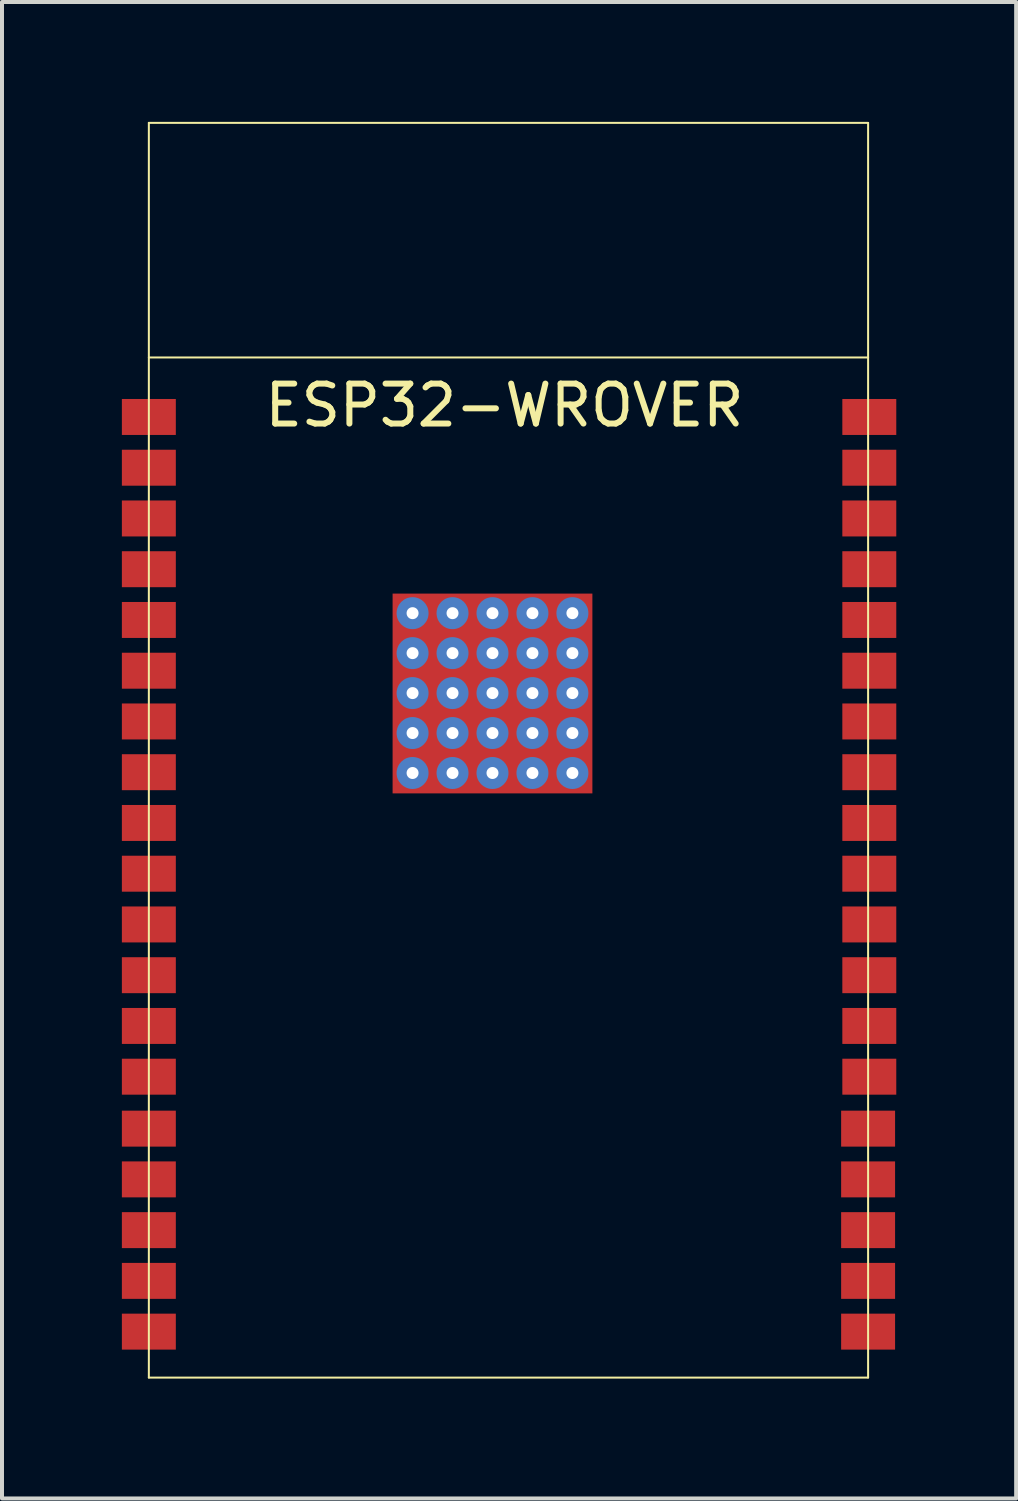
<source format=kicad_pcb>
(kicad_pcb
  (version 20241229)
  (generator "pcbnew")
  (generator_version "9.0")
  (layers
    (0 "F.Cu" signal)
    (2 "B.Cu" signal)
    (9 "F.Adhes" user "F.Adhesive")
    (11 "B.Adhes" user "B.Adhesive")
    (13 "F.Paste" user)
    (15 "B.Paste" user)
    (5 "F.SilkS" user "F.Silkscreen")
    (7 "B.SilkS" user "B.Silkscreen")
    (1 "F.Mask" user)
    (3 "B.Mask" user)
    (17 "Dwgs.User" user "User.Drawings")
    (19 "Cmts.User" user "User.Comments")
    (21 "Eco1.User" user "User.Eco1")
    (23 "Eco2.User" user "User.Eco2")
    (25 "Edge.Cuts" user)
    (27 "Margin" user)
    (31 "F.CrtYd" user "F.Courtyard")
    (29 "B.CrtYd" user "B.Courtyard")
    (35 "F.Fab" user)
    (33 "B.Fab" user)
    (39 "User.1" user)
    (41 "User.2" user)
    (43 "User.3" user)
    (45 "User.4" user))
  (footprint "ESP32-WROVER"
    (layer "F.Cu")
    (at 9.675 19.425)
    (property "Reference" "ESP32-WROVER" (at -0.1 -12.33 0) (layer "F.SilkS") (effects (font (size 1 1) (thickness 0.15))))
    (attr smd)
    (fp_line (start -9 -19.4) (end 9 -19.4) (stroke (width 0.05) (type solid)) (layer "F.SilkS"))
    (fp_line (start -9 -13.53) (end 9 -13.53) (stroke (width 0.05) (type solid)) (layer "F.SilkS"))
    (fp_line (start -9 12) (end -9 -19.4) (stroke (width 0.05) (type solid)) (layer "F.SilkS"))
    (fp_line (start 9 -19.4) (end 9 12) (stroke (width 0.05) (type solid)) (layer "F.SilkS"))
    (fp_line (start 9 12) (end -9 12) (stroke (width 0.05) (type solid)) (layer "F.SilkS"))
    (pad "1" smd rect (at -9 -12.04) (size 1.35 0.9) (layers "F.Cu" "F.Mask" "F.Paste"))
    (pad "2" smd rect (at -9 -10.77) (size 1.35 0.9) (layers "F.Cu" "F.Mask" "F.Paste"))
    (pad "3" smd rect (at -9 -9.5) (size 1.35 0.9) (layers "F.Cu" "F.Mask" "F.Paste"))
    (pad "4" smd rect (at -9 -8.23) (size 1.35 0.9) (layers "F.Cu" "F.Mask" "F.Paste"))
    (pad "5" smd rect (at -9 -6.96) (size 1.35 0.9) (layers "F.Cu" "F.Mask" "F.Paste"))
    (pad "6" smd rect (at -9 -5.69) (size 1.35 0.9) (layers "F.Cu" "F.Mask" "F.Paste"))
    (pad "7" smd rect (at -9 -4.42) (size 1.35 0.9) (layers "F.Cu" "F.Mask" "F.Paste"))
    (pad "8" smd rect (at -9 -3.15) (size 1.35 0.9) (layers "F.Cu" "F.Mask" "F.Paste"))
    (pad "9" smd rect (at -9 -1.88) (size 1.35 0.9) (layers "F.Cu" "F.Mask" "F.Paste"))
    (pad "10" smd rect (at -9 -0.61) (size 1.35 0.9) (layers "F.Cu" "F.Mask" "F.Paste"))
    (pad "11" smd rect (at -9 0.66) (size 1.35 0.9) (layers "F.Cu" "F.Mask" "F.Paste"))
    (pad "12" smd rect (at -9 1.93) (size 1.35 0.9) (layers "F.Cu" "F.Mask" "F.Paste"))
    (pad "13" smd rect (at -9 3.2) (size 1.35 0.9) (layers "F.Cu" "F.Mask" "F.Paste"))
    (pad "14" smd rect (at -9 4.47) (size 1.35 0.9) (layers "F.Cu" "F.Mask" "F.Paste"))
    (pad "15" smd rect (at -9 5.77 90) (size 0.9 1.35) (layers "F.Cu" "F.Mask" "F.Paste"))
    (pad "16" smd rect (at -9 7.04 90) (size 0.9 1.35) (layers "F.Cu" "F.Mask" "F.Paste"))
    (pad "17" smd rect (at -9 8.31 90) (size 0.9 1.35) (layers "F.Cu" "F.Mask" "F.Paste"))
    (pad "18" smd rect (at -9 9.58 90) (size 0.9 1.35) (layers "F.Cu" "F.Mask" "F.Paste"))
    (pad "19" smd rect (at -9 10.85 90) (size 0.9 1.35) (layers "F.Cu" "F.Mask" "F.Paste"))
    (pad "20" smd rect (at 9 10.85 90) (size 0.9 1.35) (layers "F.Cu" "F.Mask" "F.Paste"))
    (pad "21" smd rect (at 9 9.58 90) (size 0.9 1.35) (layers "F.Cu" "F.Mask" "F.Paste"))
    (pad "22" smd rect (at 9 8.31 90) (size 0.9 1.35) (layers "F.Cu" "F.Mask" "F.Paste"))
    (pad "23" smd rect (at 9 7.04 90) (size 0.9 1.35) (layers "F.Cu" "F.Mask" "F.Paste"))
    (pad "24" smd rect (at 9 5.77 90) (size 0.9 1.35) (layers "F.Cu" "F.Mask" "F.Paste"))
    (pad "25" smd rect (at 9.03 4.47) (size 1.35 0.9) (layers "F.Cu" "F.Mask" "F.Paste"))
    (pad "26" smd rect (at 9.03 3.2) (size 1.35 0.9) (layers "F.Cu" "F.Mask" "F.Paste"))
    (pad "27" smd rect (at 9.03 1.93) (size 1.35 0.9) (layers "F.Cu" "F.Mask" "F.Paste"))
    (pad "28" smd rect (at 9.03 0.66) (size 1.35 0.9) (layers "F.Cu" "F.Mask" "F.Paste"))
    (pad "29" smd rect (at 9.03 -0.61) (size 1.35 0.9) (layers "F.Cu" "F.Mask" "F.Paste"))
    (pad "30" smd rect (at 9.03 -1.88) (size 1.35 0.9) (layers "F.Cu" "F.Mask" "F.Paste"))
    (pad "31" smd rect (at 9.03 -3.15) (size 1.35 0.9) (layers "F.Cu" "F.Mask" "F.Paste"))
    (pad "32" smd rect (at 9.03 -4.42) (size 1.35 0.9) (layers "F.Cu" "F.Mask" "F.Paste"))
    (pad "33" smd rect (at 9.03 -5.69) (size 1.35 0.9) (layers "F.Cu" "F.Mask" "F.Paste"))
    (pad "34" smd rect (at 9.03 -6.96) (size 1.35 0.9) (layers "F.Cu" "F.Mask" "F.Paste"))
    (pad "35" smd rect (at 9.03 -8.23) (size 1.35 0.9) (layers "F.Cu" "F.Mask" "F.Paste"))
    (pad "36" smd rect (at 9.03 -9.5) (size 1.35 0.9) (layers "F.Cu" "F.Mask" "F.Paste"))
    (pad "37" smd rect (at 9.03 -10.77) (size 1.35 0.9) (layers "F.Cu" "F.Mask" "F.Paste"))
    (pad "38" smd rect (at 9.03 -12.04) (size 1.35 0.9) (layers "F.Cu" "F.Mask" "F.Paste"))
    (pad "39" thru_hole circle (at -2.4 -7.13) (size 0.8 0.8) (drill 0.3) (layers "*.Cu" "*.Mask"))
    (pad "39" thru_hole circle (at -2.4 -6.13) (size 0.8 0.8) (drill 0.3) (layers "*.Cu" "*.Mask"))
    (pad "39" thru_hole circle (at -2.4 -5.13) (size 0.8 0.8) (drill 0.3) (layers "*.Cu" "*.Mask"))
    (pad "39" thru_hole circle (at -2.4 -4.13) (size 0.8 0.8) (drill 0.3) (layers "*.Cu" "*.Mask"))
    (pad "39" thru_hole circle (at -2.4 -3.13) (size 0.8 0.8) (drill 0.3) (layers "*.Cu" "*.Mask"))
    (pad "39" thru_hole circle (at -1.4 -7.13) (size 0.8 0.8) (drill 0.3) (layers "*.Cu" "*.Mask"))
    (pad "39" thru_hole circle (at -1.4 -6.13) (size 0.8 0.8) (drill 0.3) (layers "*.Cu" "*.Mask"))
    (pad "39" thru_hole circle (at -1.4 -5.13) (size 0.8 0.8) (drill 0.3) (layers "*.Cu" "*.Mask"))
    (pad "39" thru_hole circle (at -1.4 -4.13) (size 0.8 0.8) (drill 0.3) (layers "*.Cu" "*.Mask"))
    (pad "39" thru_hole circle (at -1.4 -3.13) (size 0.8 0.8) (drill 0.3) (layers "*.Cu" "*.Mask"))
    (pad "39" thru_hole circle (at -0.4 -7.13) (size 0.8 0.8) (drill 0.3) (layers "*.Cu" "*.Mask"))
    (pad "39" thru_hole circle (at -0.4 -6.13) (size 0.8 0.8) (drill 0.3) (layers "*.Cu" "*.Mask"))
    (pad "39" thru_hole circle (at -0.4 -5.13) (size 0.8 0.8) (drill 0.3) (layers "*.Cu" "*.Mask"))
    (pad "39" smd rect (at -0.4 -5.12) (size 5 5) (layers "F.Cu" "F.Mask" "F.Paste"))
    (pad "39" thru_hole circle (at -0.4 -4.13) (size 0.8 0.8) (drill 0.3) (layers "*.Cu" "*.Mask"))
    (pad "39" thru_hole circle (at -0.4 -3.13) (size 0.8 0.8) (drill 0.3) (layers "*.Cu" "*.Mask"))
    (pad "39" thru_hole circle (at 0.6 -7.13) (size 0.8 0.8) (drill 0.3) (layers "*.Cu" "*.Mask"))
    (pad "39" thru_hole circle (at 0.6 -6.13) (size 0.8 0.8) (drill 0.3) (layers "*.Cu" "*.Mask"))
    (pad "39" thru_hole circle (at 0.6 -5.13) (size 0.8 0.8) (drill 0.3) (layers "*.Cu" "*.Mask"))
    (pad "39" thru_hole circle (at 0.6 -4.13) (size 0.8 0.8) (drill 0.3) (layers "*.Cu" "*.Mask"))
    (pad "39" thru_hole circle (at 0.6 -3.13) (size 0.8 0.8) (drill 0.3) (layers "*.Cu" "*.Mask"))
    (pad "39" thru_hole circle (at 1.6 -7.13) (size 0.8 0.8) (drill 0.3) (layers "*.Cu" "*.Mask"))
    (pad "39" thru_hole circle (at 1.6 -6.13) (size 0.8 0.8) (drill 0.3) (layers "*.Cu" "*.Mask"))
    (pad "39" thru_hole circle (at 1.6 -5.13) (size 0.8 0.8) (drill 0.3) (layers "*.Cu" "*.Mask"))
    (pad "39" thru_hole circle (at 1.6 -4.13) (size 0.8 0.8) (drill 0.3) (layers "*.Cu" "*.Mask"))
    (pad "39" thru_hole circle (at 1.6 -3.13) (size 0.8 0.8) (drill 0.3) (layers "*.Cu" "*.Mask")))
  (gr_rect
    (start -3 -3)
    (end 22.38 34.45)
    (stroke (width 0.1) (type default))
    (fill no)
    (layer "Edge.Cuts")))
</source>
